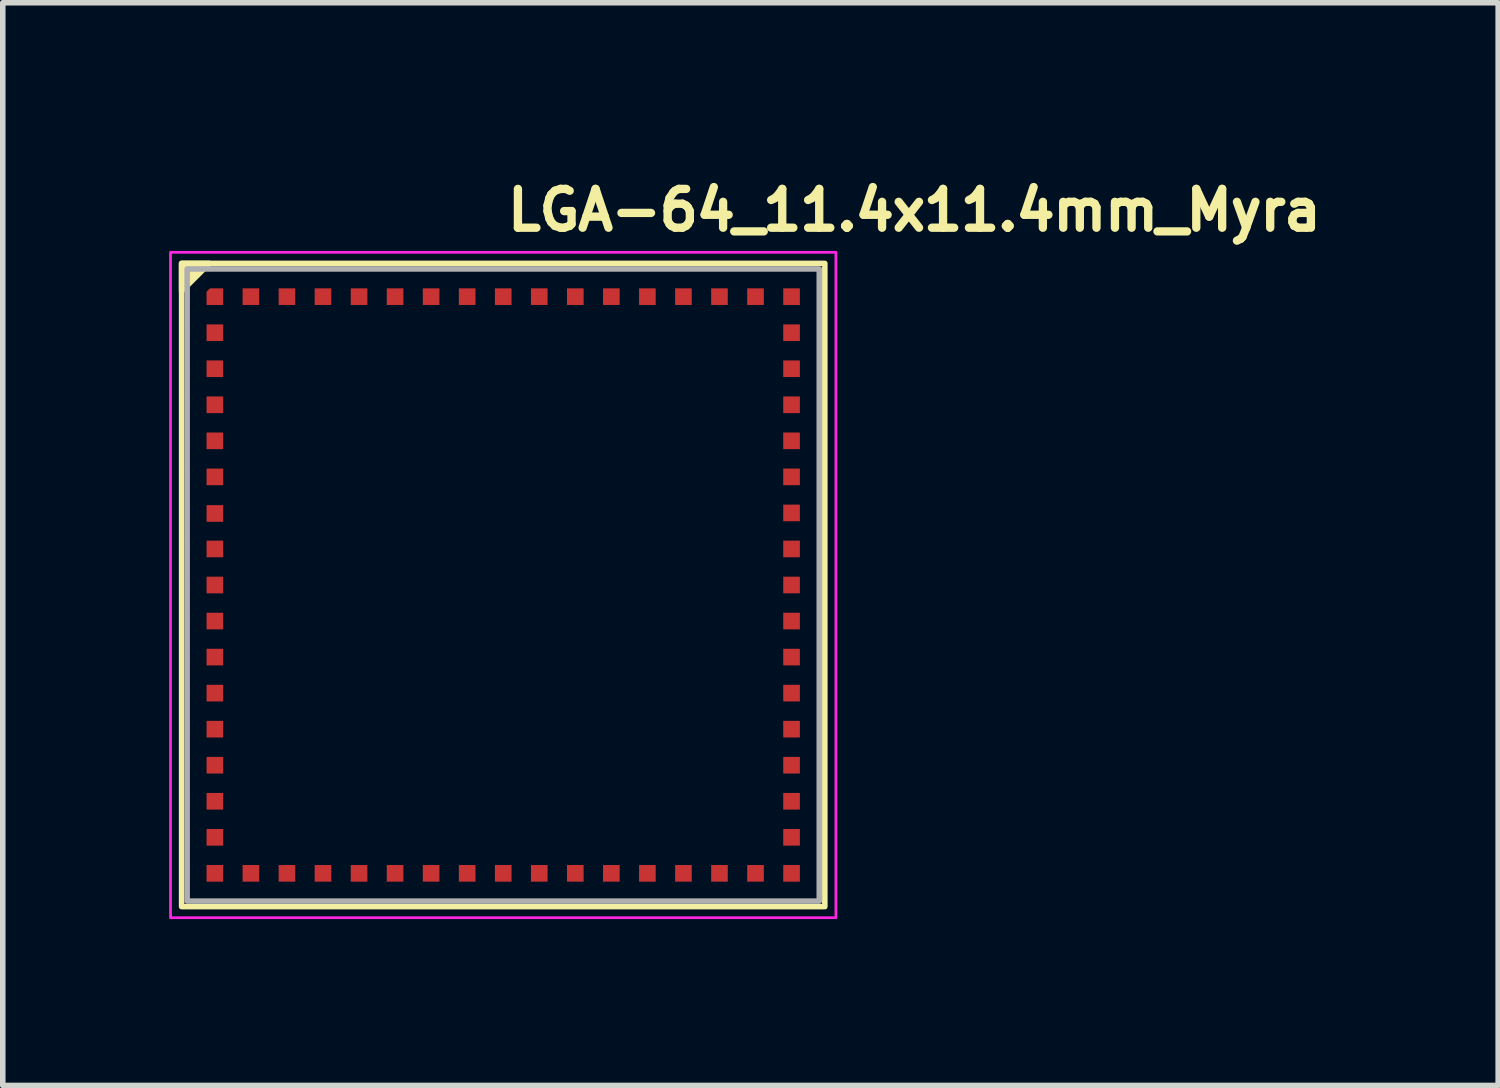
<source format=kicad_pcb>
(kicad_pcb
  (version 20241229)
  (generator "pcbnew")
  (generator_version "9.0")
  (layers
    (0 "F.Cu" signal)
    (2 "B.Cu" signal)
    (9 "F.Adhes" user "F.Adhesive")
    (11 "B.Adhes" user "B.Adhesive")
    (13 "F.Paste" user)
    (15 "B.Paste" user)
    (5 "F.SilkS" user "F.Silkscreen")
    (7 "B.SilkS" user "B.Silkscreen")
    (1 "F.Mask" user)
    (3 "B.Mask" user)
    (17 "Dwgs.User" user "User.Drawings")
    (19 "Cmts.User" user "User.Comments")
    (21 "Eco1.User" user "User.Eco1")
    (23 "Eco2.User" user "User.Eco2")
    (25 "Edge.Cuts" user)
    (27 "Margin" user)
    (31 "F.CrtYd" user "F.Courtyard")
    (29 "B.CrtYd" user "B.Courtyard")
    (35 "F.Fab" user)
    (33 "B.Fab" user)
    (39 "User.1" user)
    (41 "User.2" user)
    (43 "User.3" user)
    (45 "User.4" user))
  (footprint "LGA-64_11.4x11.4mm_Myra"
    (layer "F.Cu")
    (at 6.025 7.5)
    (property "Reference" "LGA-64_11.4x11.4mm_Myra" (at 0 -6.35 0) (unlocked yes) (layer "F.SilkS") (effects (font (size 0.7 0.7) (thickness 0.15)) (justify left bottom)))
    (attr smd)
    (fp_rect (start -5.8 -5.8) (end 5.8 5.8) (stroke (width 0.1) (type solid)) (fill no) (layer "F.SilkS"))
    (fp_poly (pts (xy -5.8 -5.8) (xy -5.3 -5.8) (xy -5.8 -5.3)) (stroke (width 0.1) (type solid)) (fill yes) (layer "F.SilkS"))
    (fp_rect (start -6 -6) (end 6 6) (stroke (width 0.05) (type solid)) (fill no) (layer "F.CrtYd"))
    (fp_rect (start -5.7 -5.7) (end 5.7 5.7) (stroke (width 0.1) (type solid)) (fill no) (layer "F.Fab"))
    (fp_rect (start -5.8 -5.8) (end 5.8 5.8) (stroke (width 0.01) (type default)) (fill no) (layer "User.9"))
    (fp_circle (center -3.8 -3.8) (end -3.517 -3.8) (stroke (width 0.01) (type default)) (fill no) (layer "User.9"))
    (pad "A1" smd roundrect (at -5.2 -5.2 90) (size 0.3 0.3) (layers "F.Cu" "F.Mask" "F.Paste") (roundrect_rratio 0) (chamfer_ratio 0.2) (chamfer top_right))
    (pad "A2" smd rect (at -4.55 -5.2 180) (size 0.3 0.3) (layers "F.Cu" "F.Mask" "F.Paste"))
    (pad "A3" smd rect (at -3.9 -5.2 180) (size 0.3 0.3) (layers "F.Cu" "F.Mask" "F.Paste"))
    (pad "A4" smd rect (at -3.25 -5.2 180) (size 0.3 0.3) (layers "F.Cu" "F.Mask" "F.Paste"))
    (pad "A5" smd rect (at -2.6 -5.2 180) (size 0.3 0.3) (layers "F.Cu" "F.Mask" "F.Paste"))
    (pad "A6" smd rect (at -1.95 -5.2 180) (size 0.3 0.3) (layers "F.Cu" "F.Mask" "F.Paste"))
    (pad "A7" smd rect (at -1.3 -5.2 180) (size 0.3 0.3) (layers "F.Cu" "F.Mask" "F.Paste"))
    (pad "A8" smd rect (at -0.65 -5.2 180) (size 0.3 0.3) (layers "F.Cu" "F.Mask" "F.Paste"))
    (pad "A9" smd rect (at 0 -5.2 180) (size 0.3 0.3) (layers "F.Cu" "F.Mask" "F.Paste"))
    (pad "A10" smd rect (at 0.65 -5.2 180) (size 0.3 0.3) (layers "F.Cu" "F.Mask" "F.Paste"))
    (pad "A11" smd rect (at 1.3 -5.2 180) (size 0.3 0.3) (layers "F.Cu" "F.Mask" "F.Paste"))
    (pad "A12" smd rect (at 1.95 -5.2 180) (size 0.3 0.3) (layers "F.Cu" "F.Mask" "F.Paste"))
    (pad "A13" smd rect (at 2.6 -5.2 180) (size 0.3 0.3) (layers "F.Cu" "F.Mask" "F.Paste"))
    (pad "A14" smd rect (at 3.25 -5.2 180) (size 0.3 0.3) (layers "F.Cu" "F.Mask" "F.Paste"))
    (pad "A15" smd rect (at 3.9 -5.2 180) (size 0.3 0.3) (layers "F.Cu" "F.Mask" "F.Paste"))
    (pad "A16" smd rect (at 4.55 -5.2 180) (size 0.3 0.3) (layers "F.Cu" "F.Mask" "F.Paste"))
    (pad "A17" smd rect (at 5.2 -5.2) (size 0.3 0.3) (layers "F.Cu" "F.Mask" "F.Paste"))
    (pad "B1" smd rect (at -5.2 -4.55) (size 0.3 0.3) (layers "F.Cu" "F.Mask" "F.Paste"))
    (pad "B17" smd rect (at 5.2 -4.55) (size 0.3 0.3) (layers "F.Cu" "F.Mask" "F.Paste"))
    (pad "C1" smd rect (at -5.2 -3.9) (size 0.3 0.3) (layers "F.Cu" "F.Mask" "F.Paste"))
    (pad "C17" smd rect (at 5.2 -3.9) (size 0.3 0.3) (layers "F.Cu" "F.Mask" "F.Paste"))
    (pad "D1" smd rect (at -5.2 -3.25) (size 0.3 0.3) (layers "F.Cu" "F.Mask" "F.Paste"))
    (pad "D17" smd rect (at 5.2 -3.25) (size 0.3 0.3) (layers "F.Cu" "F.Mask" "F.Paste"))
    (pad "E1" smd rect (at -5.2 -2.6) (size 0.3 0.3) (layers "F.Cu" "F.Mask" "F.Paste"))
    (pad "E17" smd rect (at 5.2 -2.6) (size 0.3 0.3) (layers "F.Cu" "F.Mask" "F.Paste"))
    (pad "F1" smd rect (at -5.2 -1.95) (size 0.3 0.3) (layers "F.Cu" "F.Mask" "F.Paste"))
    (pad "F17" smd rect (at 5.2 -1.95) (size 0.3 0.3) (layers "F.Cu" "F.Mask" "F.Paste"))
    (pad "G1" smd rect (at -5.2 -1.29) (size 0.3 0.3) (layers "F.Cu" "F.Mask" "F.Paste"))
    (pad "G17" smd rect (at 5.2 -1.3) (size 0.3 0.3) (layers "F.Cu" "F.Mask" "F.Paste"))
    (pad "H1" smd rect (at -5.2 -0.65) (size 0.3 0.3) (layers "F.Cu" "F.Mask" "F.Paste"))
    (pad "H17" smd rect (at 5.2 -0.65) (size 0.3 0.3) (layers "F.Cu" "F.Mask" "F.Paste"))
    (pad "I1" smd rect (at -5.2 0) (size 0.3 0.3) (layers "F.Cu" "F.Mask" "F.Paste"))
    (pad "I17" smd rect (at 5.2 0) (size 0.3 0.3) (layers "F.Cu" "F.Mask" "F.Paste"))
    (pad "J1" smd rect (at -5.2 0.65) (size 0.3 0.3) (layers "F.Cu" "F.Mask" "F.Paste"))
    (pad "J17" smd rect (at 5.2 0.65) (size 0.3 0.3) (layers "F.Cu" "F.Mask" "F.Paste"))
    (pad "K1" smd rect (at -5.2 1.3) (size 0.3 0.3) (layers "F.Cu" "F.Mask" "F.Paste"))
    (pad "K17" smd rect (at 5.2 1.3) (size 0.3 0.3) (layers "F.Cu" "F.Mask" "F.Paste"))
    (pad "L1" smd rect (at -5.2 1.95) (size 0.3 0.3) (layers "F.Cu" "F.Mask" "F.Paste"))
    (pad "L17" smd rect (at 5.2 1.95) (size 0.3 0.3) (layers "F.Cu" "F.Mask" "F.Paste"))
    (pad "M1" smd rect (at -5.2 2.6) (size 0.3 0.3) (layers "F.Cu" "F.Mask" "F.Paste"))
    (pad "M17" smd rect (at 5.2 2.6) (size 0.3 0.3) (layers "F.Cu" "F.Mask" "F.Paste"))
    (pad "N1" smd rect (at -5.2 3.25) (size 0.3 0.3) (layers "F.Cu" "F.Mask" "F.Paste"))
    (pad "N17" smd rect (at 5.2 3.25) (size 0.3 0.3) (layers "F.Cu" "F.Mask" "F.Paste"))
    (pad "O1" smd rect (at -5.2 3.9) (size 0.3 0.3) (layers "F.Cu" "F.Mask" "F.Paste"))
    (pad "O17" smd rect (at 5.2 3.9) (size 0.3 0.3) (layers "F.Cu" "F.Mask" "F.Paste"))
    (pad "P1" smd rect (at -5.2 4.55) (size 0.3 0.3) (layers "F.Cu" "F.Mask" "F.Paste"))
    (pad "P17" smd rect (at 5.2 4.55) (size 0.3 0.3) (layers "F.Cu" "F.Mask" "F.Paste"))
    (pad "Q1" smd rect (at -5.2 5.2 180) (size 0.3 0.3) (layers "F.Cu" "F.Mask" "F.Paste"))
    (pad "Q2" smd rect (at -4.55 5.2 180) (size 0.3 0.3) (layers "F.Cu" "F.Mask" "F.Paste"))
    (pad "Q3" smd rect (at -3.9 5.2 180) (size 0.3 0.3) (layers "F.Cu" "F.Mask" "F.Paste"))
    (pad "Q4" smd rect (at -3.25 5.2 180) (size 0.3 0.3) (layers "F.Cu" "F.Mask" "F.Paste"))
    (pad "Q5" smd rect (at -2.6 5.2 180) (size 0.3 0.3) (layers "F.Cu" "F.Mask" "F.Paste"))
    (pad "Q6" smd rect (at -1.95 5.2 180) (size 0.3 0.3) (layers "F.Cu" "F.Mask" "F.Paste"))
    (pad "Q7" smd rect (at -1.3 5.2 180) (size 0.3 0.3) (layers "F.Cu" "F.Mask" "F.Paste"))
    (pad "Q8" smd rect (at -0.65 5.2 180) (size 0.3 0.3) (layers "F.Cu" "F.Mask" "F.Paste"))
    (pad "Q9" smd rect (at 0 5.2 180) (size 0.3 0.3) (layers "F.Cu" "F.Mask" "F.Paste"))
    (pad "Q10" smd rect (at 0.65 5.2 180) (size 0.3 0.3) (layers "F.Cu" "F.Mask" "F.Paste"))
    (pad "Q11" smd rect (at 1.3 5.2 180) (size 0.3 0.3) (layers "F.Cu" "F.Mask" "F.Paste"))
    (pad "Q12" smd rect (at 1.95 5.2 180) (size 0.3 0.3) (layers "F.Cu" "F.Mask" "F.Paste"))
    (pad "Q13" smd rect (at 2.6 5.2 180) (size 0.3 0.3) (layers "F.Cu" "F.Mask" "F.Paste"))
    (pad "Q14" smd rect (at 3.25 5.2 180) (size 0.3 0.3) (layers "F.Cu" "F.Mask" "F.Paste"))
    (pad "Q15" smd rect (at 3.9 5.2 180) (size 0.3 0.3) (layers "F.Cu" "F.Mask" "F.Paste"))
    (pad "Q16" smd rect (at 4.55 5.2 180) (size 0.3 0.3) (layers "F.Cu" "F.Mask" "F.Paste"))
    (pad "Q17" smd rect (at 5.2 5.2 180) (size 0.3 0.3) (layers "F.Cu" "F.Mask" "F.Paste")))
  (gr_rect
    (start -3 -3)
    (end 23.968 16.525)
    (stroke (width 0.1) (type default))
    (fill no)
    (layer "Edge.Cuts")))
</source>
